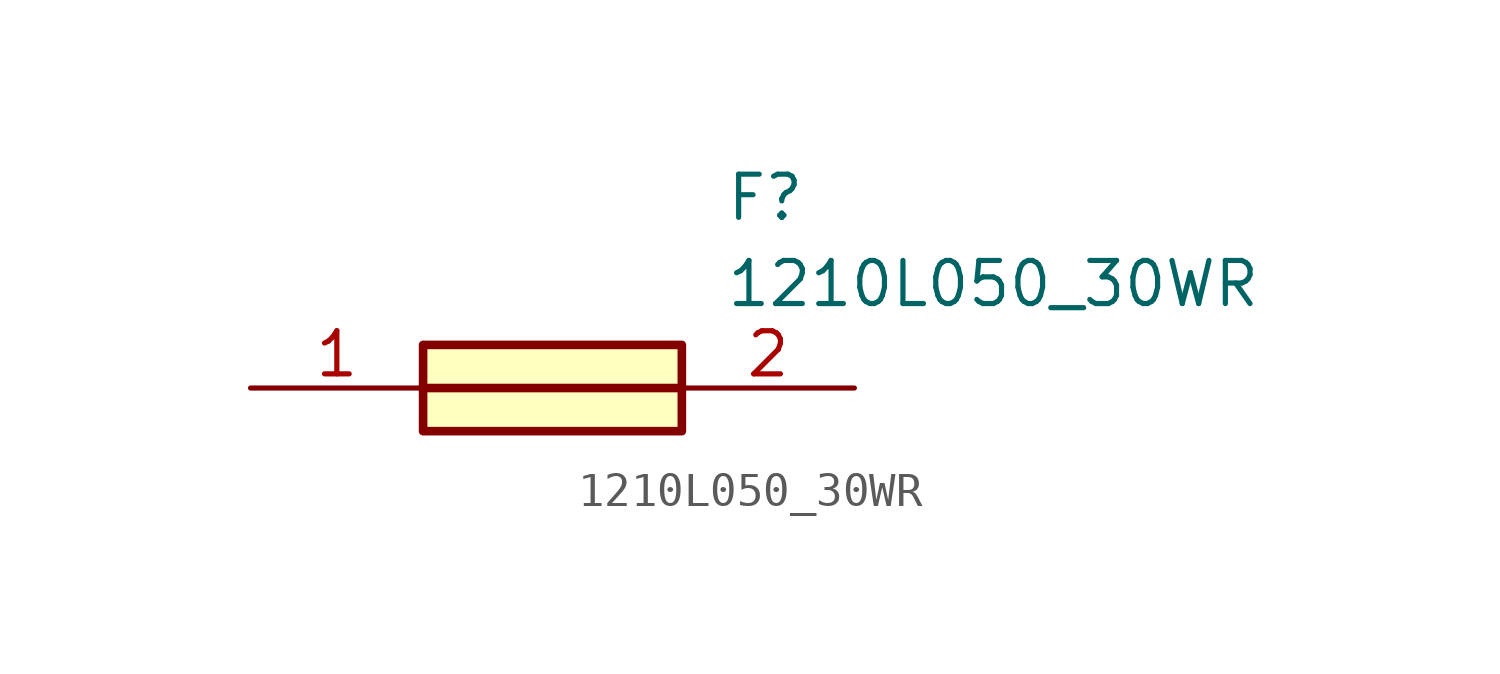
<source format=kicad_sym>
(kicad_symbol_lib
  (version 20211014)
  (generator SamacSys_ECAD_Model)
  (symbol "1210L050_30WR"
    (pin_names hide)
    (property "Reference" "F"
      (at 13.97 6.35 0)
      (effects (font (size 1.27 1.27)) (justify left top)))
    (property "Value" "1210L050_30WR"
      (at 13.97 3.81 0)
      (effects (font (size 1.27 1.27)) (justify left top)))
    (rectangle
      (start 5.08 1.27)
      (end 12.7 -1.27)
      (stroke (width 0.254) (type default))
      (fill (type background)))
    (polyline
      (pts (xy 5.08 0) (xy 12.7 0))
      (stroke (width 0.254) (type default))
      (fill (type none)))
    (pin passive line
      (at 0 0 0)
      (length 5.08)
      (name "1" (effects (font (size 1.27 1.27))))
      (number "1" (effects (font (size 1.27 1.27)))))
    (pin passive line
      (at 17.78 0 180)
      (length 5.08)
      (name "2" (effects (font (size 1.27 1.27))))
      (number "2" (effects (font (size 1.27 1.27)))))))
</source>
